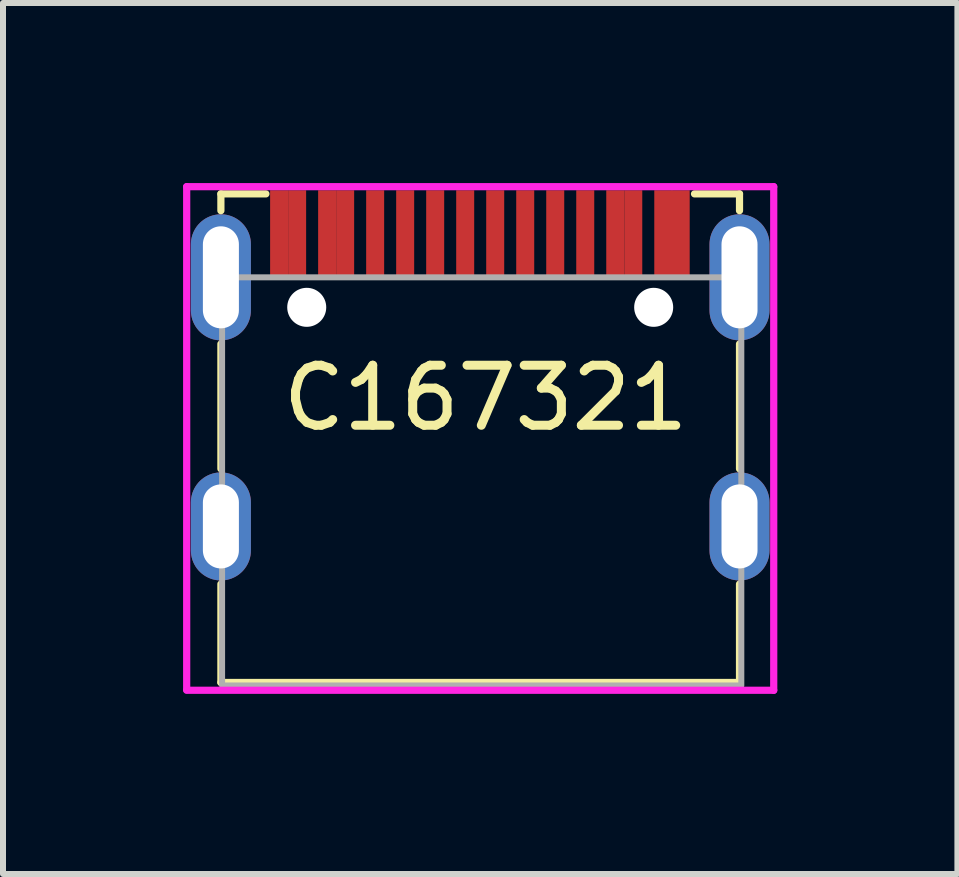
<source format=kicad_pcb>
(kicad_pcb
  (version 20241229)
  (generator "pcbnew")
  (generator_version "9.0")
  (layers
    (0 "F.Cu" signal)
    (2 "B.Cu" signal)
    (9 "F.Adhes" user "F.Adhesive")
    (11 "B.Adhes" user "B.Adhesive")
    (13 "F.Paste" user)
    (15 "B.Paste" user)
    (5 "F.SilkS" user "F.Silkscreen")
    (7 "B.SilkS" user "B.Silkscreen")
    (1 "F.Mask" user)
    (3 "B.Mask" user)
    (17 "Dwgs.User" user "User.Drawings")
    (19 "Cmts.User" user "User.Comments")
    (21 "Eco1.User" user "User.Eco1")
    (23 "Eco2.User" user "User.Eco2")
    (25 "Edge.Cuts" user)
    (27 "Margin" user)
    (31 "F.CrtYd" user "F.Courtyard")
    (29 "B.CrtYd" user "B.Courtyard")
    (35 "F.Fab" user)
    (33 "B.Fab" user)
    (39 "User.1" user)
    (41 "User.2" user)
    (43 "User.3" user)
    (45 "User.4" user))
  (footprint "C167321"
    (layer "F.Cu")
    (at 4.95 1.57)
    (property "Reference" "C167321" (at 0.09 2.01 0) (layer "F.SilkS") (effects (font (size 1 1) (thickness 0.15))))
    (attr through_hole)
    (fp_line (start -4.32 -1.39) (end -4.32 -1.11) (stroke (width 0.12) (type solid)) (layer "F.SilkS"))
    (fp_line (start -4.32 -1.39) (end -3.57 -1.39) (stroke (width 0.12) (type solid)) (layer "F.SilkS"))
    (fp_line (start -4.32 1.11) (end -4.32 3.19) (stroke (width 0.12) (type solid)) (layer "F.SilkS"))
    (fp_line (start -4.32 6.75) (end -4.32 5.11) (stroke (width 0.12) (type solid)) (layer "F.SilkS"))
    (fp_line (start -4.32 6.75) (end 4.32 6.75) (stroke (width 0.12) (type solid)) (layer "F.SilkS"))
    (fp_line (start 4.32 -1.39) (end 3.57 -1.39) (stroke (width 0.12) (type solid)) (layer "F.SilkS"))
    (fp_line (start 4.32 -1.11) (end 4.32 -1.39) (stroke (width 0.12) (type solid)) (layer "F.SilkS"))
    (fp_line (start 4.32 1.11) (end 4.32 3.19) (stroke (width 0.12) (type solid)) (layer "F.SilkS"))
    (fp_line (start 4.32 6.75) (end 4.32 5.11) (stroke (width 0.12) (type solid)) (layer "F.SilkS"))
    (fp_line (start -4.89 -1.51) (end 4.89 -1.51) (stroke (width 0.12) (type solid)) (layer "F.CrtYd"))
    (fp_line (start -4.89 6.87) (end -4.89 -1.51) (stroke (width 0.12) (type solid)) (layer "F.CrtYd"))
    (fp_line (start 4.89 -1.51) (end 4.89 6.88) (stroke (width 0.12) (type solid)) (layer "F.CrtYd"))
    (fp_line (start 4.89 6.88) (end -4.89 6.88) (stroke (width 0.12) (type solid)) (layer "F.CrtYd"))
    (fp_rect (start -4.3 0) (end 4.35 6.8) (stroke (width 0.1) (type solid)) (fill no) (layer "F.Fab"))
    (pad "" np_thru_hole circle (at -2.89 0.5) (size 0.65 0.65) (drill 0.65) (layers "*.Cu" "*.Mask"))
    (pad "" np_thru_hole circle (at 2.89 0.5) (size 0.65 0.65) (drill 0.65) (layers "*.Cu" "*.Mask"))
    (pad "A1" smd rect (at -3.35 -0.725) (size 0.3 1.45) (layers "F.Cu" "F.Mask" "F.Paste"))
    (pad "A4" smd rect (at -2.55 -0.725) (size 0.3 1.45) (layers "F.Cu" "F.Mask" "F.Paste"))
    (pad "A5" smd rect (at -1.25 -0.725) (size 0.3 1.45) (layers "F.Cu" "F.Mask" "F.Paste"))
    (pad "A6" smd rect (at -0.25 -0.725) (size 0.3 1.45) (layers "F.Cu" "F.Mask" "F.Paste"))
    (pad "A7" smd rect (at 0.25 -0.725) (size 0.3 1.45) (layers "F.Cu" "F.Mask" "F.Paste"))
    (pad "A8" smd rect (at 1.25 -0.725) (size 0.3 1.45) (layers "F.Cu" "F.Mask" "F.Paste"))
    (pad "A9" smd rect (at 2.55 -0.725) (size 0.3 1.45) (layers "F.Cu" "F.Mask" "F.Paste"))
    (pad "A12" smd rect (at 3.34 -0.725) (size 0.3 1.45) (layers "F.Cu" "F.Mask" "F.Paste"))
    (pad "B1" smd rect (at 3.05 -0.725) (size 0.3 1.45) (layers "F.Cu" "F.Mask" "F.Paste"))
    (pad "B4" smd rect (at 2.25 -0.725) (size 0.3 1.45) (layers "F.Cu" "F.Mask" "F.Paste"))
    (pad "B5" smd rect (at 1.75 -0.725) (size 0.3 1.45) (layers "F.Cu" "F.Mask" "F.Paste"))
    (pad "B6" smd rect (at 0.75 -0.725) (size 0.3 1.45) (layers "F.Cu" "F.Mask" "F.Paste"))
    (pad "B7" smd rect (at -0.75 -0.725) (size 0.3 1.45) (layers "F.Cu" "F.Mask" "F.Paste"))
    (pad "B8" smd rect (at -1.75 -0.725) (size 0.3 1.45) (layers "F.Cu" "F.Mask" "F.Paste"))
    (pad "B9" smd rect (at -2.25 -0.725) (size 0.3 1.45) (layers "F.Cu" "F.Mask" "F.Paste"))
    (pad "B12" smd rect (at -3.05 -0.725) (size 0.3 1.45) (layers "F.Cu" "F.Mask" "F.Paste"))
    (pad "S1" thru_hole oval (at -4.32 0) (size 1 2.1) (drill oval 0.6 1.7) (layers "*.Cu" "*.Mask"))
    (pad "S1" thru_hole oval (at -4.32 4.15) (size 1 1.8) (drill oval 0.6 1.4) (layers "*.Cu" "*.Mask"))
    (pad "S1" thru_hole oval (at 4.32 0) (size 1 2.1) (drill oval 0.6 1.7) (layers "*.Cu" "*.Mask"))
    (pad "S1" thru_hole oval (at 4.32 4.15) (size 1 1.8) (drill oval 0.6 1.4) (layers "*.Cu" "*.Mask")))
  (gr_rect
    (start -3 -3)
    (end 12.9 11.51)
    (stroke (width 0.1) (type default))
    (fill no)
    (layer "Edge.Cuts")))
</source>
